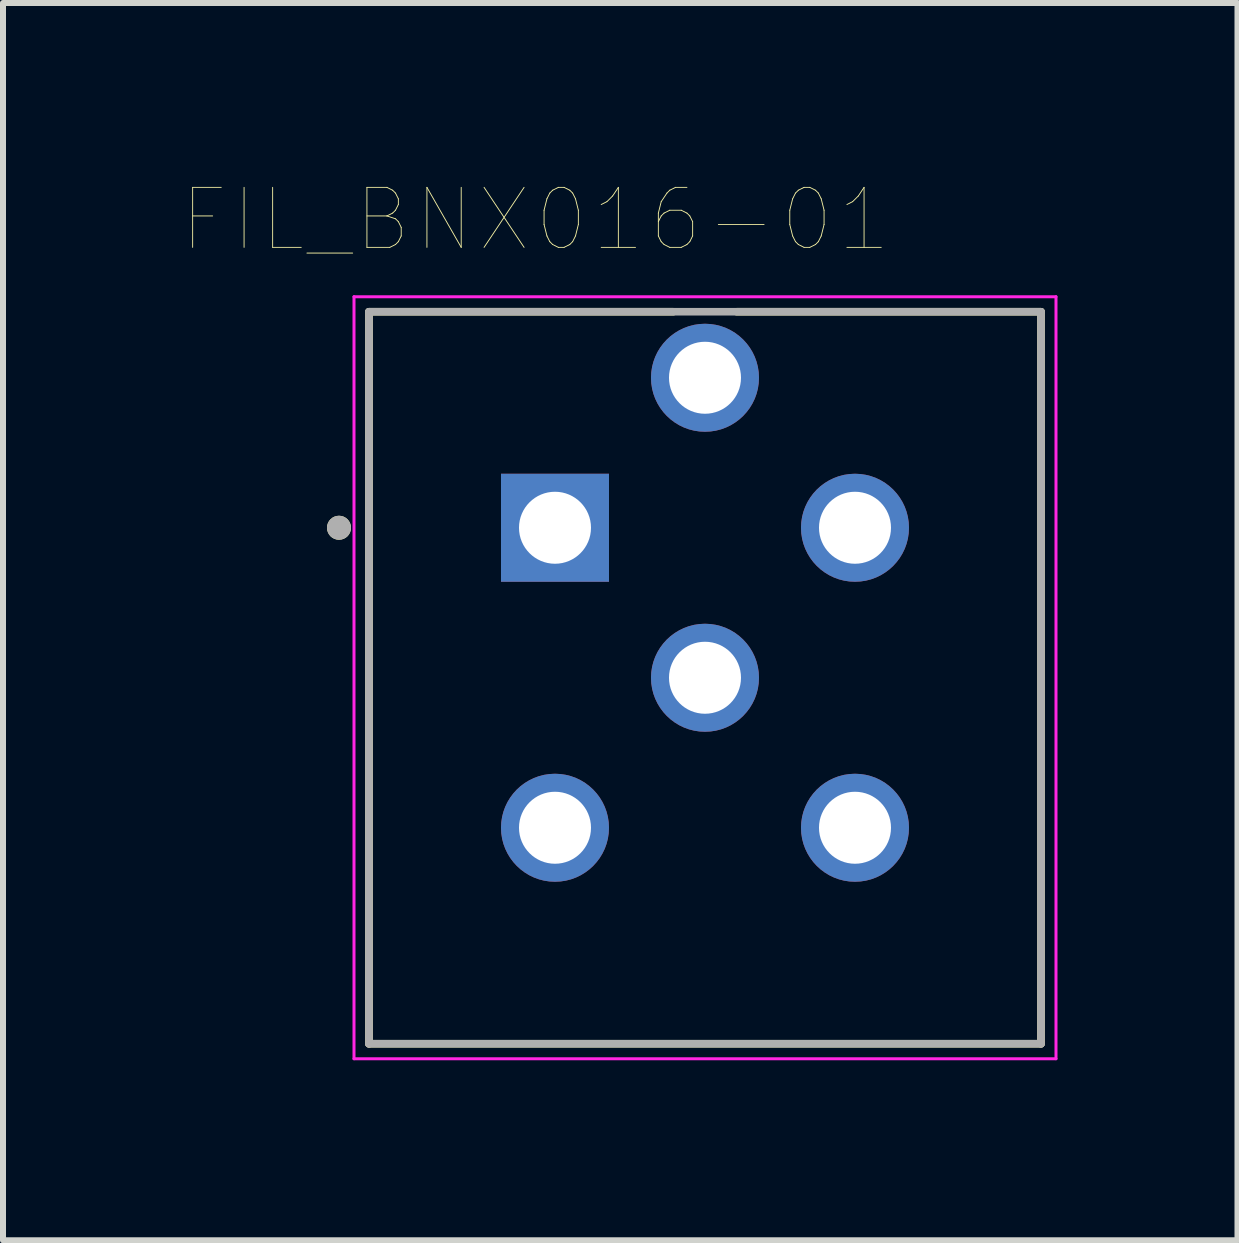
<source format=kicad_pcb>
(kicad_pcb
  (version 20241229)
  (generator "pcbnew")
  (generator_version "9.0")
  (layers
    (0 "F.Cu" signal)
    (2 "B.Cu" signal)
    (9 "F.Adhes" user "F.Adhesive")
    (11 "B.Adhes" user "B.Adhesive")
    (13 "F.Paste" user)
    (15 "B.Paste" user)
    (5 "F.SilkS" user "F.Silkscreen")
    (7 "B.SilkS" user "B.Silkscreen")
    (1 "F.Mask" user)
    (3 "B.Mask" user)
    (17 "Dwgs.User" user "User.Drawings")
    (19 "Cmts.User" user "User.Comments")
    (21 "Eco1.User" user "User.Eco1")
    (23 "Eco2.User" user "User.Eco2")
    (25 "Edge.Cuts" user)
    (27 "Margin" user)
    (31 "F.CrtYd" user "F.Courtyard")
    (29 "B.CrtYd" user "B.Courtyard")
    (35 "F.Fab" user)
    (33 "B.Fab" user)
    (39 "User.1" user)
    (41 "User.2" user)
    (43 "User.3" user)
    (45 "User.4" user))
  (footprint "FIL_BNX016-01"
    (layer "F.Cu")
    (at 8.7 8.246)
    (property "Reference" "FIL_BNX016-01" (at -2.825 -7.635 0) (layer "F.SilkS") (effects (font (size 1 1) (thickness 0.015))))
    (attr through_hole)
    (fp_line (start -5.6 -6.1) (end -0.53 -6.1) (stroke (width 0.127) (type solid)) (layer "F.SilkS"))
    (fp_line (start -5.6 6.1) (end -5.6 -6.1) (stroke (width 0.127) (type solid)) (layer "F.SilkS"))
    (fp_line (start 0.53 -6.1) (end 5.6 -6.1) (stroke (width 0.127) (type solid)) (layer "F.SilkS"))
    (fp_line (start 5.6 -6.1) (end 5.6 6.1) (stroke (width 0.127) (type solid)) (layer "F.SilkS"))
    (fp_line (start 5.6 6.1) (end -5.6 6.1) (stroke (width 0.127) (type solid)) (layer "F.SilkS"))
    (fp_circle (center -6.1 -2.5) (end -6 -2.5) (stroke (width 0.2) (type solid)) (fill no) (layer "F.SilkS"))
    (fp_line (start -5.85 -6.35) (end 5.85 -6.35) (stroke (width 0.05) (type solid)) (layer "F.CrtYd"))
    (fp_line (start -5.85 6.35) (end -5.85 -6.35) (stroke (width 0.05) (type solid)) (layer "F.CrtYd"))
    (fp_line (start 5.85 -6.35) (end 5.85 6.35) (stroke (width 0.05) (type solid)) (layer "F.CrtYd"))
    (fp_line (start 5.85 6.35) (end -5.85 6.35) (stroke (width 0.05) (type solid)) (layer "F.CrtYd"))
    (fp_line (start -5.6 -6.1) (end 5.6 -6.1) (stroke (width 0.127) (type solid)) (layer "F.Fab"))
    (fp_line (start -5.6 6.1) (end -5.6 -6.1) (stroke (width 0.127) (type solid)) (layer "F.Fab"))
    (fp_line (start 5.6 -6.1) (end 5.6 6.1) (stroke (width 0.127) (type solid)) (layer "F.Fab"))
    (fp_line (start 5.6 6.1) (end -5.6 6.1) (stroke (width 0.127) (type solid)) (layer "F.Fab"))
    (fp_circle (center -6.1 -2.5) (end -6 -2.5) (stroke (width 0.2) (type solid)) (fill no) (layer "F.Fab"))
    (pad "1" thru_hole rect (at -2.5 -2.5) (size 1.8 1.8) (drill 1.2) (layers "*.Cu" "*.Mask"))
    (pad "2" thru_hole circle (at 2.5 -2.5) (size 1.8 1.8) (drill 1.2) (layers "*.Cu" "*.Mask"))
    (pad "3" thru_hole circle (at -2.5 2.5) (size 1.8 1.8) (drill 1.2) (layers "*.Cu" "*.Mask"))
    (pad "4" thru_hole circle (at 2.5 2.5) (size 1.8 1.8) (drill 1.2) (layers "*.Cu" "*.Mask"))
    (pad "5" thru_hole circle (at 0 0) (size 1.8 1.8) (drill 1.2) (layers "*.Cu" "*.Mask"))
    (pad "6" thru_hole circle (at 0 -5) (size 1.8 1.8) (drill 1.2) (layers "*.Cu" "*.Mask")))
  (gr_rect
    (start -3 -3)
    (end 17.575 17.621)
    (stroke (width 0.1) (type default))
    (fill no)
    (layer "Edge.Cuts")))
</source>
